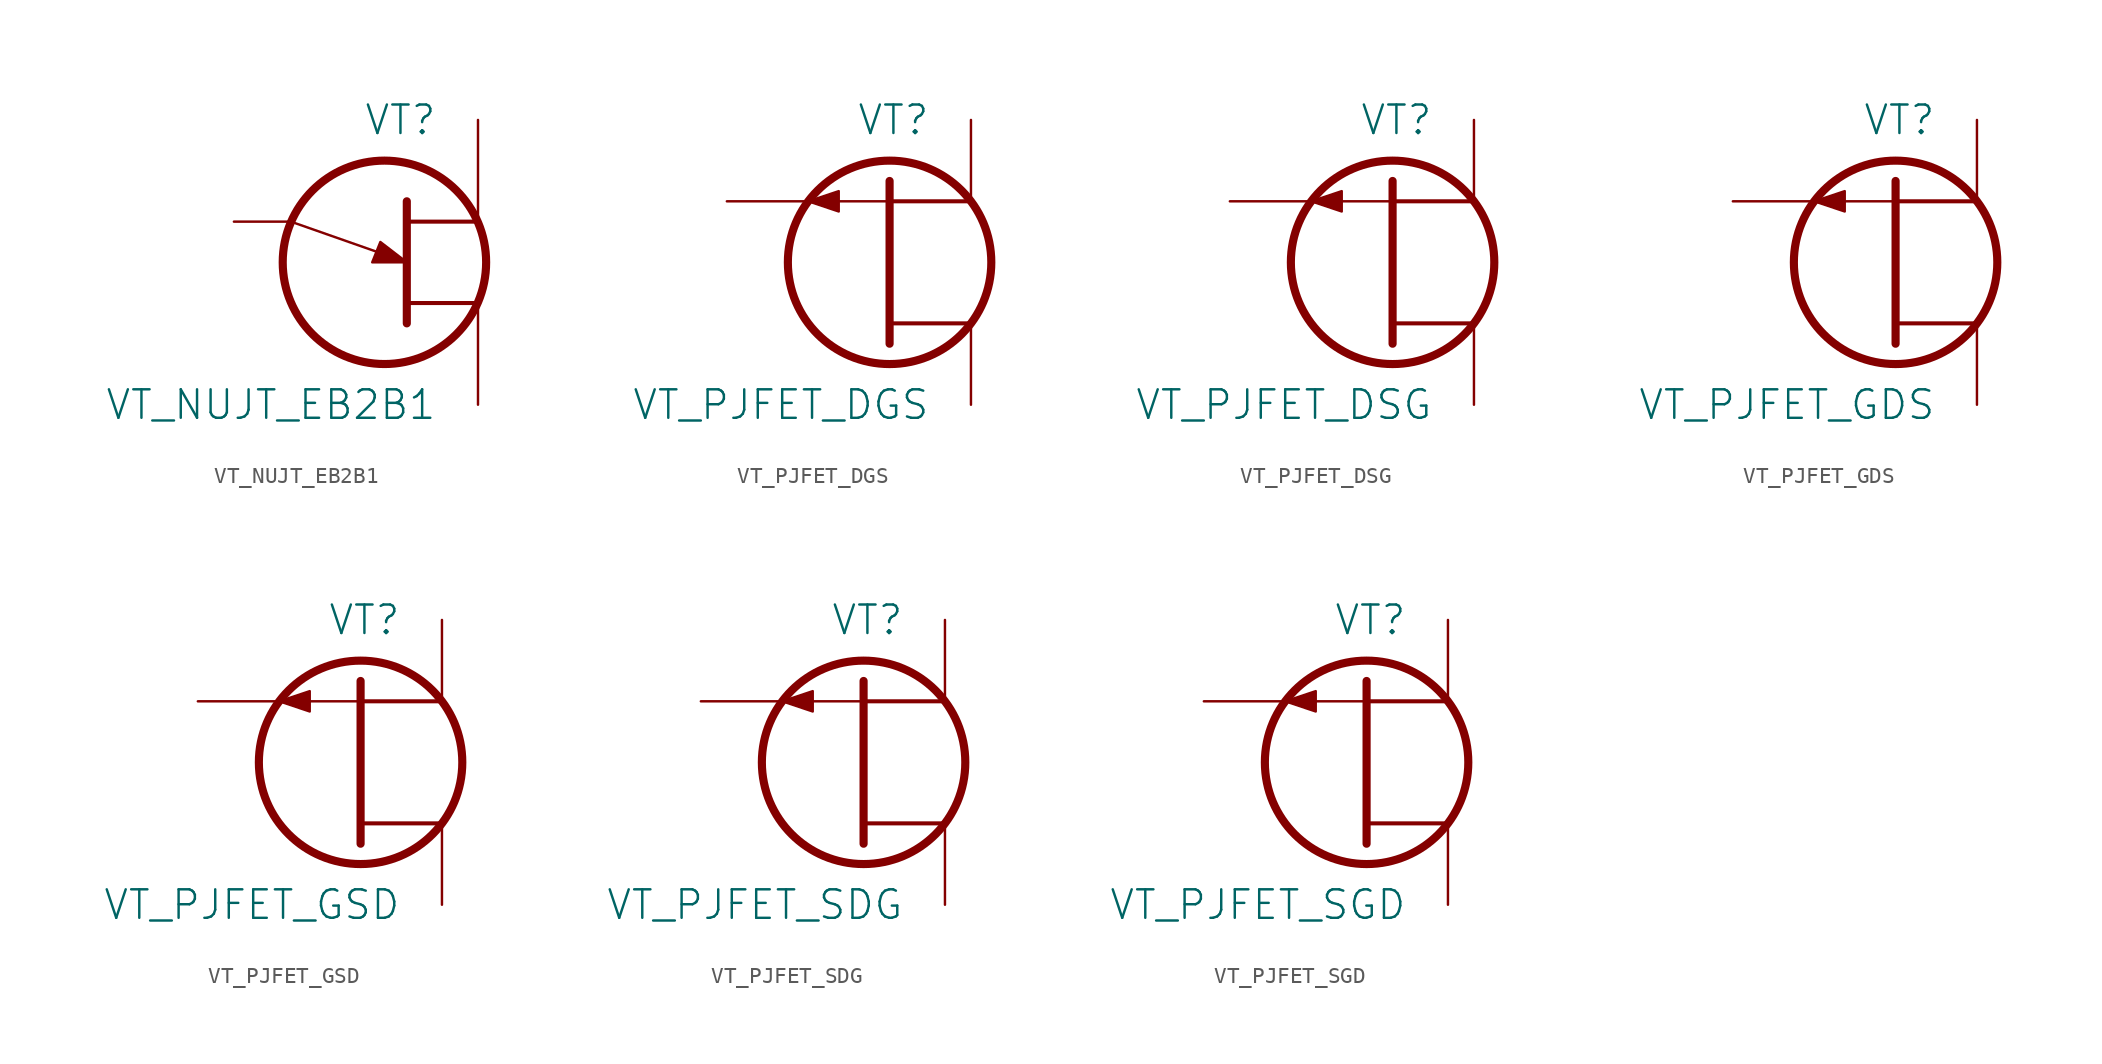
<source format=kicad_sym>
(kicad_symbol_lib
  (version 20211014)
  (generator kicad_symbol_editor)
  (symbol "VT_NUJT_EB2B1"
    (pin_names
      (offset 0))
    (property "Reference" "VT"
      (at 2.54 8.89 0)
      (effects (font (size 1.778 1.778)) (justify right)))
    (property "Value" "VT_NUJT_EB2B1"
      (at 2.54 -8.89 0)
      (effects (font (size 1.778 1.778)) (justify right)))
    (symbol "VT_NUJT_EB2B1_0_1"
      (circle (center -0.762 0) (radius 6.35) (stroke (width 0.508) (type default) (color 0 0 0 0)) (fill (type none)))
      (polyline (pts (xy 0.635 -2.54) (xy 5.08 -2.54)) (stroke (width 0.254) (type default) (color 0 0 0 0)) (fill (type none)))
      (polyline (pts (xy 0.635 2.54) (xy 5.08 2.54)) (stroke (width 0.254) (type default) (color 0 0 0 0)) (fill (type none)))
      (polyline (pts (xy 0.635 3.81) (xy 0.635 -3.81)) (stroke (width 0.508) (type default) (color 0 0 0 0)) (fill (type none)))
      (polyline (pts (xy 5.08 -2.54) (xy 5.08 -8.89)) (stroke (width 0) (type default) (color 0 0 0 0)) (fill (type none)))
      (polyline (pts (xy 5.08 2.54) (xy 5.08 8.89)) (stroke (width 0) (type default) (color 0 0 0 0)) (fill (type none)))
      (polyline (pts (xy -10.16 2.54) (xy -6.604 2.54) (xy 0.635 0)) (stroke (width 0) (type default) (color 0 0 0 0)) (fill (type none)))
      (polyline (pts (xy 0.635 0) (xy -1.524 0) (xy -1.016 1.27) (xy 0.635 0)) (stroke (width 0) (type default) (color 0 0 0 0)) (fill (type outline))))
    (symbol "VT_NUJT_EB2B1_1_1"
      (pin passive line (at -10.16 2.54 0) (length 2.54) hide (name "E" (effects (font (size 1.27 1.27)))) (number "1" (effects (font (size 1.27 1.27)))))
      (pin passive line (at 5.08 -8.89 90) (length 2.54) hide (name "B2" (effects (font (size 1.27 1.27)))) (number "2" (effects (font (size 1.27 1.27)))))
      (pin passive line (at 5.08 8.89 270) (length 2.54) hide (name "B1" (effects (font (size 1.27 1.27)))) (number "3" (effects (font (size 1.27 1.27)))))))
  (symbol "VT_PJFET_DGS"
    (pin_names
      (offset 0))
    (property "Reference" "VT"
      (at 2.54 8.89 0)
      (effects (font (size 1.778 1.778)) (justify right)))
    (property "Value" "VT_PJFET_DGS"
      (at 2.54 -8.89 0)
      (effects (font (size 1.778 1.778)) (justify right)))
    (symbol "VT_PJFET_DGS_0_1"
      (polyline (pts (xy -10.16 3.81) (xy 0 3.81)) (stroke (width 0) (type default) (color 0 0 0 0)) (fill (type none)))
      (polyline (pts (xy 0 -3.81) (xy 5.08 -3.81)) (stroke (width 0.254) (type default) (color 0 0 0 0)) (fill (type none)))
      (polyline (pts (xy 0 3.81) (xy 5.08 3.81)) (stroke (width 0.254) (type default) (color 0 0 0 0)) (fill (type none)))
      (polyline (pts (xy 0 5.08) (xy 0 -5.08)) (stroke (width 0.508) (type default) (color 0 0 0 0)) (fill (type none)))
      (polyline (pts (xy 5.08 -3.81) (xy 5.08 -8.89)) (stroke (width 0) (type default) (color 0 0 0 0)) (fill (type none)))
      (polyline (pts (xy 5.08 3.81) (xy 5.08 8.89)) (stroke (width 0) (type default) (color 0 0 0 0)) (fill (type none)))
      (polyline (pts (xy -3.175 3.175) (xy -5.08 3.81) (xy -3.175 4.445) (xy -3.175 3.175)) (stroke (width 0) (type default) (color 0 0 0 0)) (fill (type outline)))
      (circle (center 0 0) (radius 6.35) (stroke (width 0.508) (type default) (color 0 0 0 0)) (fill (type none))))
    (symbol "VT_PJFET_DGS_1_1"
      (pin passive line (at 5.08 -8.89 90) (length 2.54) hide (name "D" (effects (font (size 1.27 1.27)))) (number "1" (effects (font (size 1.27 1.27)))))
      (pin passive line (at -10.16 3.81 0) (length 2.54) hide (name "G" (effects (font (size 1.27 1.27)))) (number "2" (effects (font (size 1.27 1.27)))))
      (pin passive line (at 5.08 8.89 270) (length 2.54) hide (name "S" (effects (font (size 1.27 1.27)))) (number "3" (effects (font (size 1.27 1.27)))))))
  (symbol "VT_PJFET_DSG"
    (pin_names
      (offset 0))
    (property "Reference" "VT"
      (at 2.54 8.89 0)
      (effects (font (size 1.778 1.778)) (justify right)))
    (property "Value" "VT_PJFET_DSG"
      (at 2.54 -8.89 0)
      (effects (font (size 1.778 1.778)) (justify right)))
    (symbol "VT_PJFET_DSG_0_1"
      (polyline (pts (xy -10.16 3.81) (xy 0 3.81)) (stroke (width 0) (type default) (color 0 0 0 0)) (fill (type none)))
      (polyline (pts (xy 0 -3.81) (xy 5.08 -3.81)) (stroke (width 0.254) (type default) (color 0 0 0 0)) (fill (type none)))
      (polyline (pts (xy 0 3.81) (xy 5.08 3.81)) (stroke (width 0.254) (type default) (color 0 0 0 0)) (fill (type none)))
      (polyline (pts (xy 0 5.08) (xy 0 -5.08)) (stroke (width 0.508) (type default) (color 0 0 0 0)) (fill (type none)))
      (polyline (pts (xy 5.08 -3.81) (xy 5.08 -8.89)) (stroke (width 0) (type default) (color 0 0 0 0)) (fill (type none)))
      (polyline (pts (xy 5.08 3.81) (xy 5.08 8.89)) (stroke (width 0) (type default) (color 0 0 0 0)) (fill (type none)))
      (polyline (pts (xy -3.175 3.175) (xy -5.08 3.81) (xy -3.175 4.445) (xy -3.175 3.175)) (stroke (width 0) (type default) (color 0 0 0 0)) (fill (type outline)))
      (circle (center 0 0) (radius 6.35) (stroke (width 0.508) (type default) (color 0 0 0 0)) (fill (type none))))
    (symbol "VT_PJFET_DSG_1_1"
      (pin passive line (at 5.08 -8.89 90) (length 2.54) hide (name "D" (effects (font (size 1.27 1.27)))) (number "1" (effects (font (size 1.27 1.27)))))
      (pin passive line (at 5.08 8.89 270) (length 2.54) hide (name "S" (effects (font (size 1.27 1.27)))) (number "2" (effects (font (size 1.27 1.27)))))
      (pin passive line (at -10.16 3.81 0) (length 2.54) hide (name "G" (effects (font (size 1.27 1.27)))) (number "3" (effects (font (size 1.27 1.27)))))))
  (symbol "VT_PJFET_GDS"
    (pin_names
      (offset 0))
    (property "Reference" "VT"
      (at 2.54 8.89 0)
      (effects (font (size 1.778 1.778)) (justify right)))
    (property "Value" "VT_PJFET_GDS"
      (at 2.54 -8.89 0)
      (effects (font (size 1.778 1.778)) (justify right)))
    (symbol "VT_PJFET_GDS_0_1"
      (polyline (pts (xy -10.16 3.81) (xy 0 3.81)) (stroke (width 0) (type default) (color 0 0 0 0)) (fill (type none)))
      (polyline (pts (xy 0 -3.81) (xy 5.08 -3.81)) (stroke (width 0.254) (type default) (color 0 0 0 0)) (fill (type none)))
      (polyline (pts (xy 0 3.81) (xy 5.08 3.81)) (stroke (width 0.254) (type default) (color 0 0 0 0)) (fill (type none)))
      (polyline (pts (xy 0 5.08) (xy 0 -5.08)) (stroke (width 0.508) (type default) (color 0 0 0 0)) (fill (type none)))
      (polyline (pts (xy 5.08 -3.81) (xy 5.08 -8.89)) (stroke (width 0) (type default) (color 0 0 0 0)) (fill (type none)))
      (polyline (pts (xy 5.08 3.81) (xy 5.08 8.89)) (stroke (width 0) (type default) (color 0 0 0 0)) (fill (type none)))
      (polyline (pts (xy -3.175 3.175) (xy -5.08 3.81) (xy -3.175 4.445) (xy -3.175 3.175)) (stroke (width 0) (type default) (color 0 0 0 0)) (fill (type outline)))
      (circle (center 0 0) (radius 6.35) (stroke (width 0.508) (type default) (color 0 0 0 0)) (fill (type none))))
    (symbol "VT_PJFET_GDS_1_1"
      (pin passive line (at -10.16 3.81 0) (length 2.54) hide (name "G" (effects (font (size 1.27 1.27)))) (number "1" (effects (font (size 1.27 1.27)))))
      (pin passive line (at 5.08 -8.89 90) (length 2.54) hide (name "D" (effects (font (size 1.27 1.27)))) (number "2" (effects (font (size 1.27 1.27)))))
      (pin passive line (at 5.08 8.89 270) (length 2.54) hide (name "S" (effects (font (size 1.27 1.27)))) (number "3" (effects (font (size 1.27 1.27)))))))
  (symbol "VT_PJFET_GSD"
    (pin_names
      (offset 0))
    (property "Reference" "VT"
      (at 2.54 8.89 0)
      (effects (font (size 1.778 1.778)) (justify right)))
    (property "Value" "VT_PJFET_GSD"
      (at 2.54 -8.89 0)
      (effects (font (size 1.778 1.778)) (justify right)))
    (symbol "VT_PJFET_GSD_0_1"
      (polyline (pts (xy -10.16 3.81) (xy 0 3.81)) (stroke (width 0) (type default) (color 0 0 0 0)) (fill (type none)))
      (polyline (pts (xy 0 -3.81) (xy 5.08 -3.81)) (stroke (width 0.254) (type default) (color 0 0 0 0)) (fill (type none)))
      (polyline (pts (xy 0 3.81) (xy 5.08 3.81)) (stroke (width 0.254) (type default) (color 0 0 0 0)) (fill (type none)))
      (polyline (pts (xy 0 5.08) (xy 0 -5.08)) (stroke (width 0.508) (type default) (color 0 0 0 0)) (fill (type none)))
      (polyline (pts (xy 5.08 -3.81) (xy 5.08 -8.89)) (stroke (width 0) (type default) (color 0 0 0 0)) (fill (type none)))
      (polyline (pts (xy 5.08 3.81) (xy 5.08 8.89)) (stroke (width 0) (type default) (color 0 0 0 0)) (fill (type none)))
      (polyline (pts (xy -3.175 3.175) (xy -5.08 3.81) (xy -3.175 4.445) (xy -3.175 3.175)) (stroke (width 0) (type default) (color 0 0 0 0)) (fill (type outline)))
      (circle (center 0 0) (radius 6.35) (stroke (width 0.508) (type default) (color 0 0 0 0)) (fill (type none))))
    (symbol "VT_PJFET_GSD_1_1"
      (pin passive line (at -10.16 3.81 0) (length 2.54) hide (name "G" (effects (font (size 1.27 1.27)))) (number "1" (effects (font (size 1.27 1.27)))))
      (pin passive line (at 5.08 8.89 270) (length 2.54) hide (name "S" (effects (font (size 1.27 1.27)))) (number "2" (effects (font (size 1.27 1.27)))))
      (pin passive line (at 5.08 -8.89 90) (length 2.54) hide (name "D" (effects (font (size 1.27 1.27)))) (number "3" (effects (font (size 1.27 1.27)))))))
  (symbol "VT_PJFET_SDG"
    (pin_names
      (offset 0))
    (property "Reference" "VT"
      (at 2.54 8.89 0)
      (effects (font (size 1.778 1.778)) (justify right)))
    (property "Value" "VT_PJFET_SDG"
      (at 2.54 -8.89 0)
      (effects (font (size 1.778 1.778)) (justify right)))
    (symbol "VT_PJFET_SDG_0_1"
      (polyline (pts (xy -10.16 3.81) (xy 0 3.81)) (stroke (width 0) (type default) (color 0 0 0 0)) (fill (type none)))
      (polyline (pts (xy 0 -3.81) (xy 5.08 -3.81)) (stroke (width 0.254) (type default) (color 0 0 0 0)) (fill (type none)))
      (polyline (pts (xy 0 3.81) (xy 5.08 3.81)) (stroke (width 0.254) (type default) (color 0 0 0 0)) (fill (type none)))
      (polyline (pts (xy 0 5.08) (xy 0 -5.08)) (stroke (width 0.508) (type default) (color 0 0 0 0)) (fill (type none)))
      (polyline (pts (xy 5.08 -3.81) (xy 5.08 -8.89)) (stroke (width 0) (type default) (color 0 0 0 0)) (fill (type none)))
      (polyline (pts (xy 5.08 3.81) (xy 5.08 8.89)) (stroke (width 0) (type default) (color 0 0 0 0)) (fill (type none)))
      (polyline (pts (xy -3.175 3.175) (xy -5.08 3.81) (xy -3.175 4.445) (xy -3.175 3.175)) (stroke (width 0) (type default) (color 0 0 0 0)) (fill (type outline)))
      (circle (center 0 0) (radius 6.35) (stroke (width 0.508) (type default) (color 0 0 0 0)) (fill (type none))))
    (symbol "VT_PJFET_SDG_1_1"
      (pin passive line (at 5.08 8.89 270) (length 2.54) hide (name "S" (effects (font (size 1.27 1.27)))) (number "1" (effects (font (size 1.27 1.27)))))
      (pin passive line (at 5.08 -8.89 90) (length 2.54) hide (name "D" (effects (font (size 1.27 1.27)))) (number "2" (effects (font (size 1.27 1.27)))))
      (pin passive line (at -10.16 3.81 0) (length 2.54) hide (name "G" (effects (font (size 1.27 1.27)))) (number "3" (effects (font (size 1.27 1.27)))))))
  (symbol "VT_PJFET_SGD"
    (pin_names
      (offset 0))
    (property "Reference" "VT"
      (at 2.54 8.89 0)
      (effects (font (size 1.778 1.778)) (justify right)))
    (property "Value" "VT_PJFET_SGD"
      (at 2.54 -8.89 0)
      (effects (font (size 1.778 1.778)) (justify right)))
    (symbol "VT_PJFET_SGD_0_1"
      (polyline (pts (xy -10.16 3.81) (xy 0 3.81)) (stroke (width 0) (type default) (color 0 0 0 0)) (fill (type none)))
      (polyline (pts (xy 0 -3.81) (xy 5.08 -3.81)) (stroke (width 0.254) (type default) (color 0 0 0 0)) (fill (type none)))
      (polyline (pts (xy 0 3.81) (xy 5.08 3.81)) (stroke (width 0.254) (type default) (color 0 0 0 0)) (fill (type none)))
      (polyline (pts (xy 0 5.08) (xy 0 -5.08)) (stroke (width 0.508) (type default) (color 0 0 0 0)) (fill (type none)))
      (polyline (pts (xy 5.08 -3.81) (xy 5.08 -8.89)) (stroke (width 0) (type default) (color 0 0 0 0)) (fill (type none)))
      (polyline (pts (xy 5.08 3.81) (xy 5.08 8.89)) (stroke (width 0) (type default) (color 0 0 0 0)) (fill (type none)))
      (polyline (pts (xy -3.175 3.175) (xy -5.08 3.81) (xy -3.175 4.445) (xy -3.175 3.175)) (stroke (width 0) (type default) (color 0 0 0 0)) (fill (type outline)))
      (circle (center 0 0) (radius 6.35) (stroke (width 0.508) (type default) (color 0 0 0 0)) (fill (type none))))
    (symbol "VT_PJFET_SGD_1_1"
      (pin passive line (at 5.08 8.89 270) (length 2.54) hide (name "S" (effects (font (size 1.27 1.27)))) (number "1" (effects (font (size 1.27 1.27)))))
      (pin passive line (at -10.16 3.81 0) (length 2.54) hide (name "G" (effects (font (size 1.27 1.27)))) (number "2" (effects (font (size 1.27 1.27)))))
      (pin passive line (at 5.08 -8.89 90) (length 2.54) hide (name "D" (effects (font (size 1.27 1.27)))) (number "3" (effects (font (size 1.27 1.27))))))))
</source>
